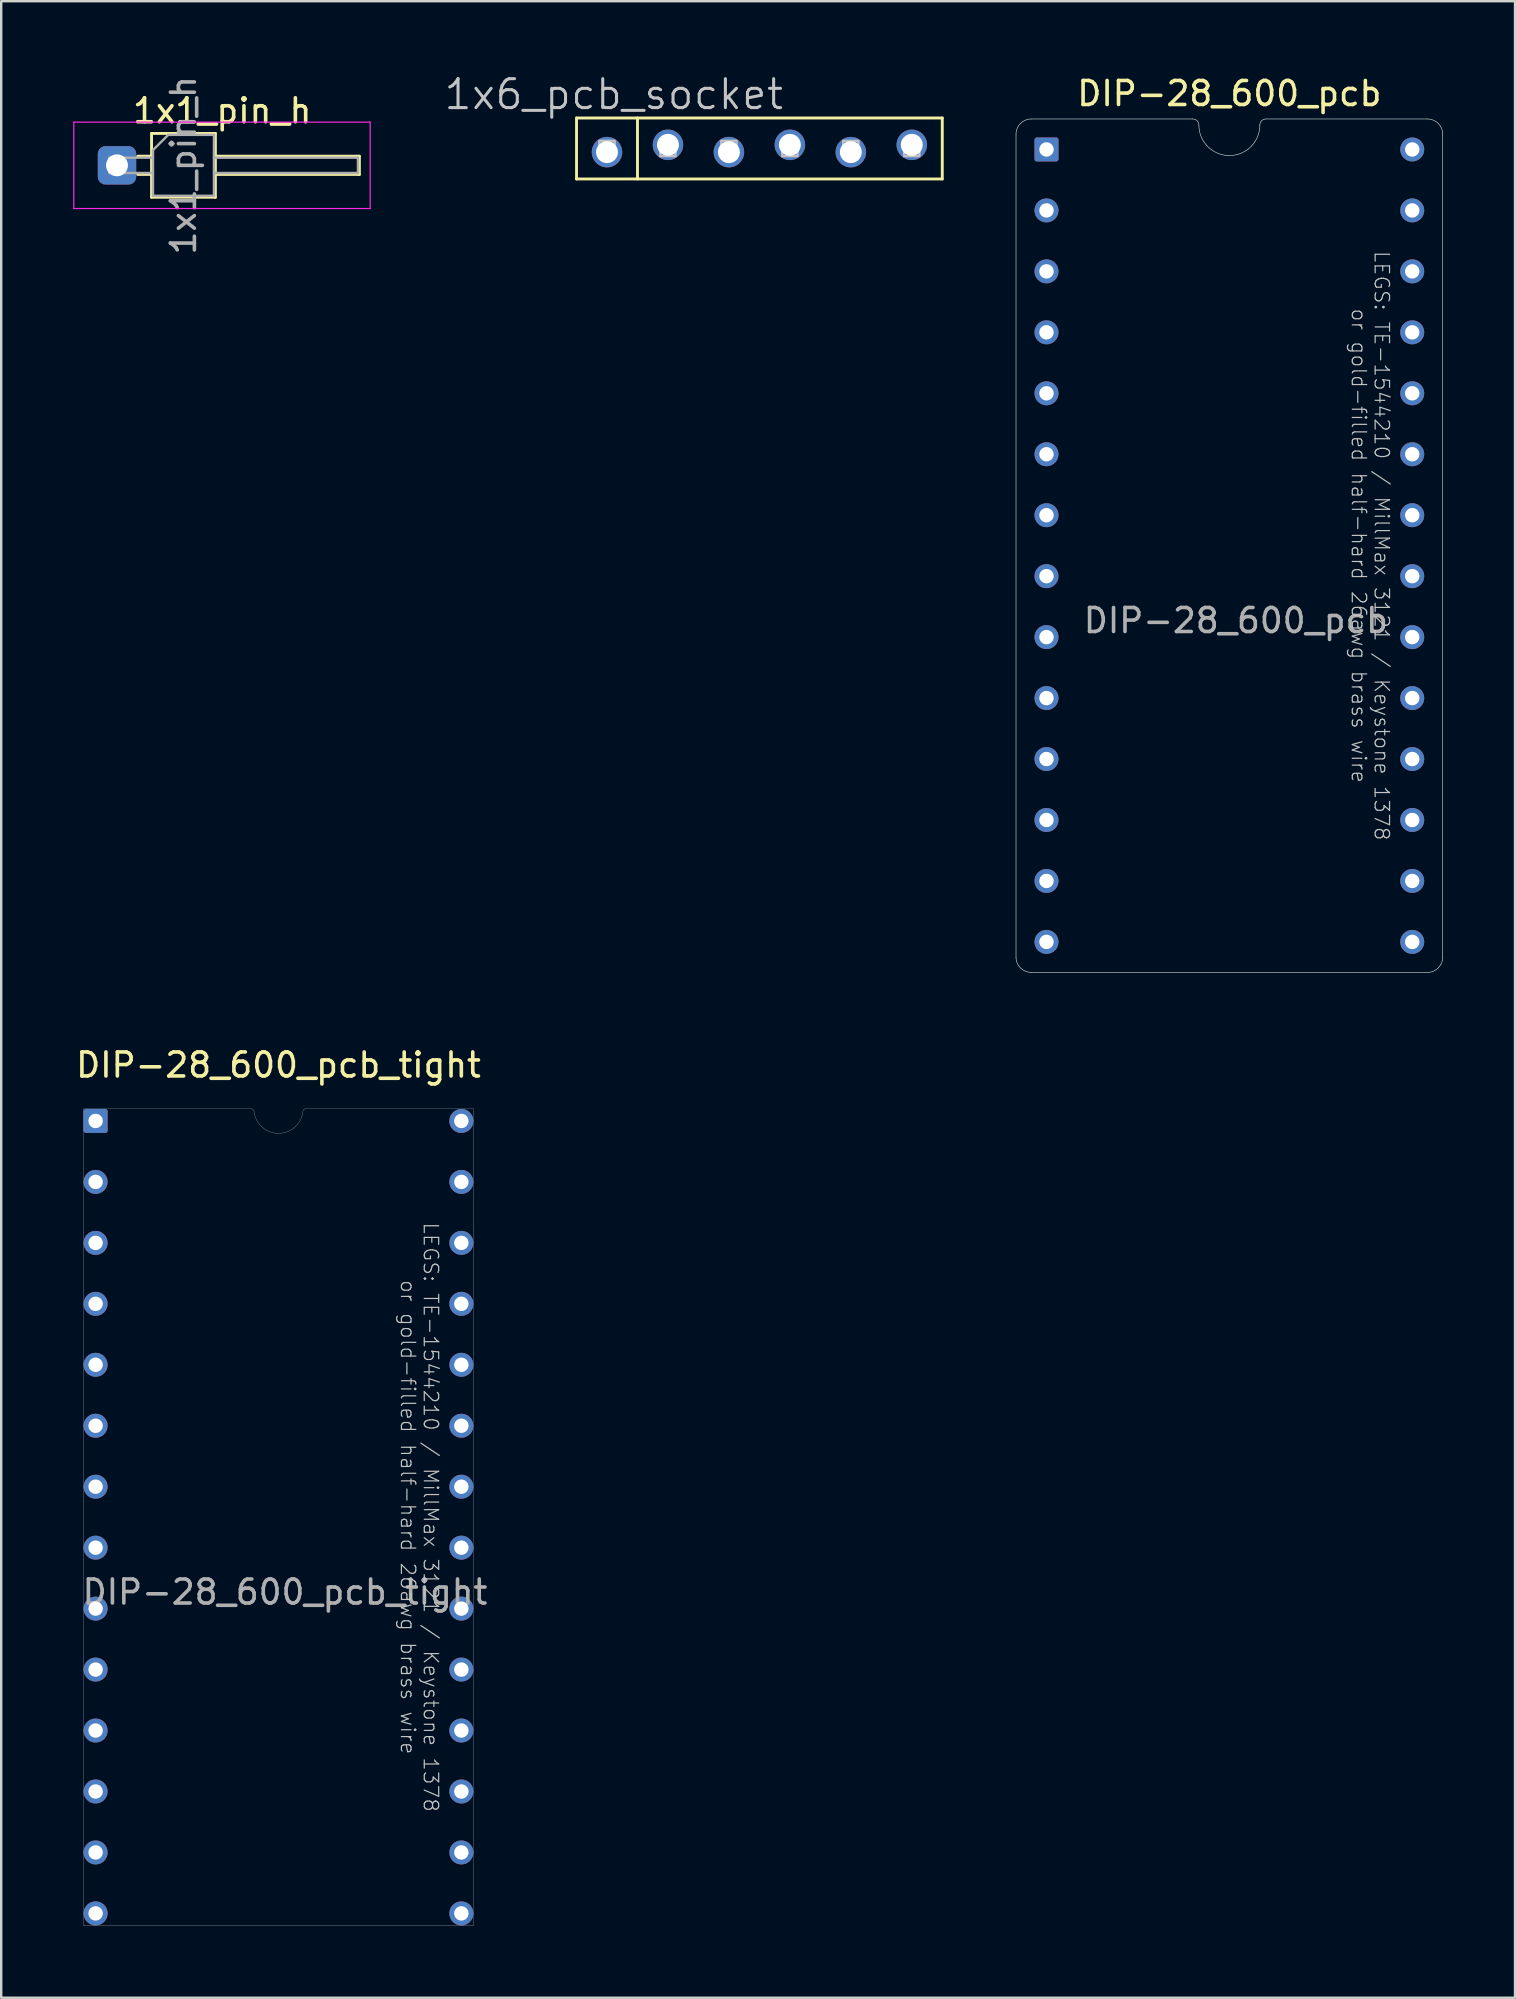
<source format=kicad_pcb>
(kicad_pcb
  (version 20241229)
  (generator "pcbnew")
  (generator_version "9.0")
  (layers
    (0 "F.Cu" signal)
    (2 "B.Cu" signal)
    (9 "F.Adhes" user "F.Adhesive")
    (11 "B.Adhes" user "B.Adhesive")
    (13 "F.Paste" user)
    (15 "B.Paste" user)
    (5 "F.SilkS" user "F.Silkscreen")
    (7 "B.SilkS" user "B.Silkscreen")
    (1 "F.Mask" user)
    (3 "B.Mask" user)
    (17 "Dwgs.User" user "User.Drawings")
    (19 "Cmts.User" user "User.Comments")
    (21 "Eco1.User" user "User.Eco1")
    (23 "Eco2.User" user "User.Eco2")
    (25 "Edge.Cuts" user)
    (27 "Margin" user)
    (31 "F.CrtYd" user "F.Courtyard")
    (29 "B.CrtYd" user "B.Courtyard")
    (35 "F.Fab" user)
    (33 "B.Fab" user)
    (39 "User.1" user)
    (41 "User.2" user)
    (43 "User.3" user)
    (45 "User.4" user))
  (footprint "1x6_pcb_socket"
    (layer "F.Cu")
    (at 28.593 3.137)
    (property "Reference" "1x6_pcb_socket" (at 1.079 -1.549 180) (layer "Dwgs.User") (effects (font (size 1.206 1.206) (thickness 0.127)) (justify right bottom)))
    (attr through_hole)
    (fp_line (start -7.62 -1.27) (end -7.62 1.27) (stroke (width 0.12) (type solid)) (layer "F.SilkS"))
    (fp_line (start -7.62 1.27) (end 7.62 1.27) (stroke (width 0.12) (type solid)) (layer "F.SilkS"))
    (fp_line (start -5.08 1.27) (end -5.08 -1.27) (stroke (width 0.12) (type solid)) (layer "F.SilkS"))
    (fp_line (start 7.62 -1.27) (end -7.62 -1.27) (stroke (width 0.12) (type solid)) (layer "F.SilkS"))
    (fp_line (start 7.62 1.27) (end 7.62 -1.27) (stroke (width 0.12) (type solid)) (layer "F.SilkS"))
    (fp_poly (pts (xy -6.668 -0.318) (xy -6.668 0.318) (xy -6.032 0.318) (xy -6.032 -0.318)) (stroke (width 0.1) (type solid)) (fill no) (layer "Dwgs.User"))
    (fp_poly (pts (xy -4.128 -0.318) (xy -4.128 0.318) (xy -3.493 0.318) (xy -3.493 -0.318)) (stroke (width 0.1) (type solid)) (fill no) (layer "Dwgs.User"))
    (fp_poly (pts (xy -1.587 -0.318) (xy -1.587 0.318) (xy -0.953 0.318) (xy -0.953 -0.318)) (stroke (width 0.1) (type solid)) (fill no) (layer "Dwgs.User"))
    (fp_poly (pts (xy 0.953 -0.318) (xy 0.953 0.318) (xy 1.587 0.318) (xy 1.587 -0.318)) (stroke (width 0.1) (type solid)) (fill no) (layer "Dwgs.User"))
    (fp_poly (pts (xy 3.493 -0.318) (xy 3.493 0.318) (xy 4.128 0.318) (xy 4.128 -0.318)) (stroke (width 0.1) (type solid)) (fill no) (layer "Dwgs.User"))
    (fp_poly (pts (xy 6.032 -0.318) (xy 6.032 0.318) (xy 6.668 0.318) (xy 6.668 -0.318)) (stroke (width 0.1) (type solid)) (fill no) (layer "Dwgs.User"))
    (pad "1" thru_hole circle (at -6.35 0.152) (size 1.27 1.27) (drill 0.914) (layers "*.Cu" "*.Mask"))
    (pad "2" thru_hole circle (at -3.81 -0.152) (size 1.27 1.27) (drill 0.914) (layers "*.Cu" "*.Mask"))
    (pad "3" thru_hole circle (at -1.27 0.152) (size 1.27 1.27) (drill 0.914) (layers "*.Cu" "*.Mask"))
    (pad "4" thru_hole circle (at 1.27 -0.152) (size 1.27 1.27) (drill 0.914) (layers "*.Cu" "*.Mask"))
    (pad "5" thru_hole circle (at 3.81 0.152) (size 1.27 1.27) (drill 0.914) (layers "*.Cu" "*.Mask"))
    (pad "6" thru_hole circle (at 6.35 -0.152) (size 1.27 1.27) (drill 0.914) (layers "*.Cu" "*.Mask")))
  (footprint "DIP-28_600_pcb_tight"
    (layer "F.Cu")
    (at 8.554 60.169)
    (property "Reference" "DIP-28_600_pcb_tight" (at 0 -18.84 0) (layer "F.SilkS") (effects (font (size 1 1) (thickness 0.15))))
    (attr through_hole)
    (fp_line (start -8.128 -17.018) (end -8.128 17.018) (stroke (width 0.01) (type solid)) (layer "Edge.Cuts"))
    (fp_line (start -8.128 17.018) (end 8.128 17.018) (stroke (width 0.01) (type solid)) (layer "Edge.Cuts"))
    (fp_line (start -1.143 -17.018) (end -8.128 -17.018) (stroke (width 0.01) (type solid)) (layer "Edge.Cuts"))
    (fp_line (start 1.143 -17.018) (end 8.128 -17.018) (stroke (width 0.01) (type solid)) (layer "Edge.Cuts"))
    (fp_line (start 8.128 17.018) (end 8.128 -17.018) (stroke (width 0.01) (type solid)) (layer "Edge.Cuts"))
    (fp_arc (start -1.143 -17.018) (mid -1.053197 -16.980803) (end -1.016 -16.891) (stroke (width 0.01) (type solid)) (layer "Edge.Cuts"))
    (fp_arc (start 1.016 -16.891) (mid 0 -15.994529) (end -1.016 -16.891) (stroke (width 0.01) (type solid)) (layer "Edge.Cuts"))
    (fp_arc (start 1.016 -16.891) (mid 1.053197 -16.980803) (end 1.143 -17.018) (stroke (width 0.01) (type solid)) (layer "Edge.Cuts"))
    (fp_text user "LEGS: TE-1544210 / MillMax 3121 / Keystone 1378" (at 6.35 0 270) (unlocked yes) (layer "Dwgs.User") (effects (font (size 0.6 0.6) (thickness 0.05))))
    (fp_text user "or gold-filled half-hard 26awg brass wire" (at 5.397 0 270) (unlocked yes) (layer "Dwgs.User") (effects (font (size 0.6 0.6) (thickness 0.05))))
    (fp_text user "${REFERENCE}" (at 0.27 3.12 0) (layer "F.Fab") (effects (font (size 1 1) (thickness 0.15))))
    (pad "1" thru_hole roundrect (at -7.62 -16.51) (size 1 1) (drill 0.6) (layers "*.Cu" "*.Mask") (roundrect_rratio 0.1))
    (pad "2" thru_hole circle (at -7.62 -13.97) (size 1 1) (drill 0.6) (layers "*.Cu" "*.Mask"))
    (pad "3" thru_hole circle (at -7.62 -11.43) (size 1 1) (drill 0.6) (layers "*.Cu" "*.Mask"))
    (pad "4" thru_hole circle (at -7.62 -8.89) (size 1 1) (drill 0.6) (layers "*.Cu" "*.Mask"))
    (pad "5" thru_hole circle (at -7.62 -6.35) (size 1 1) (drill 0.6) (layers "*.Cu" "*.Mask"))
    (pad "6" thru_hole circle (at -7.62 -3.81) (size 1 1) (drill 0.6) (layers "*.Cu" "*.Mask"))
    (pad "7" thru_hole circle (at -7.62 -1.27) (size 1 1) (drill 0.6) (layers "*.Cu" "*.Mask"))
    (pad "8" thru_hole circle (at -7.62 1.27) (size 1 1) (drill 0.6) (layers "*.Cu" "*.Mask"))
    (pad "9" thru_hole circle (at -7.62 3.81) (size 1 1) (drill 0.6) (layers "*.Cu" "*.Mask"))
    (pad "10" thru_hole circle (at -7.62 6.35) (size 1 1) (drill 0.6) (layers "*.Cu" "*.Mask"))
    (pad "11" thru_hole circle (at -7.62 8.89) (size 1 1) (drill 0.6) (layers "*.Cu" "*.Mask"))
    (pad "12" thru_hole circle (at -7.62 11.43) (size 1 1) (drill 0.6) (layers "*.Cu" "*.Mask"))
    (pad "13" thru_hole circle (at -7.62 13.97) (size 1 1) (drill 0.6) (layers "*.Cu" "*.Mask"))
    (pad "14" thru_hole circle (at -7.62 16.51) (size 1 1) (drill 0.6) (layers "*.Cu" "*.Mask"))
    (pad "15" thru_hole circle (at 7.62 16.51) (size 1 1) (drill 0.6) (layers "*.Cu" "*.Mask"))
    (pad "16" thru_hole circle (at 7.62 13.97) (size 1 1) (drill 0.6) (layers "*.Cu" "*.Mask"))
    (pad "17" thru_hole circle (at 7.62 11.43) (size 1 1) (drill 0.6) (layers "*.Cu" "*.Mask"))
    (pad "18" thru_hole circle (at 7.62 8.89) (size 1 1) (drill 0.6) (layers "*.Cu" "*.Mask"))
    (pad "19" thru_hole circle (at 7.62 6.35) (size 1 1) (drill 0.6) (layers "*.Cu" "*.Mask"))
    (pad "20" thru_hole circle (at 7.62 3.81) (size 1 1) (drill 0.6) (layers "*.Cu" "*.Mask"))
    (pad "21" thru_hole circle (at 7.62 1.27) (size 1 1) (drill 0.6) (layers "*.Cu" "*.Mask"))
    (pad "22" thru_hole circle (at 7.62 -1.27) (size 1 1) (drill 0.6) (layers "*.Cu" "*.Mask"))
    (pad "23" thru_hole circle (at 7.62 -3.81) (size 1 1) (drill 0.6) (layers "*.Cu" "*.Mask"))
    (pad "24" thru_hole circle (at 7.62 -6.35) (size 1 1) (drill 0.6) (layers "*.Cu" "*.Mask"))
    (pad "25" thru_hole circle (at 7.62 -8.89) (size 1 1) (drill 0.6) (layers "*.Cu" "*.Mask"))
    (pad "26" thru_hole circle (at 7.62 -11.43) (size 1 1) (drill 0.6) (layers "*.Cu" "*.Mask"))
    (pad "27" thru_hole circle (at 7.62 -13.97) (size 1 1) (drill 0.6) (layers "*.Cu" "*.Mask"))
    (pad "28" thru_hole circle (at 7.62 -16.51) (size 1 1) (drill 0.6) (layers "*.Cu" "*.Mask")))
  (footprint "1x1_pin_h"
    (layer "F.Cu")
    (at 1.825 3.839)
    (property "Reference" "1x1_pin_h" (at 4.385 -2.27 0) (unlocked yes) (layer "F.SilkS") (effects (font (size 1 1) (thickness 0.15))))
    (attr through_hole)
    (fp_line (start 0.864 -0.381) (end 1.44 -0.38) (stroke (width 0.12) (type solid)) (layer "F.SilkS"))
    (fp_line (start 0.864 0.38) (end 1.44 0.38) (stroke (width 0.12) (type solid)) (layer "F.SilkS"))
    (fp_line (start 1.44 -1.33) (end 1.44 1.33) (stroke (width 0.12) (type solid)) (layer "F.SilkS"))
    (fp_line (start 1.44 1.33) (end 4.1 1.33) (stroke (width 0.12) (type solid)) (layer "F.SilkS"))
    (fp_line (start 4.1 -1.33) (end 1.44 -1.33) (stroke (width 0.12) (type solid)) (layer "F.SilkS"))
    (fp_line (start 4.1 -0.38) (end 10.1 -0.38) (stroke (width 0.12) (type solid)) (layer "F.SilkS"))
    (fp_line (start 4.1 1.33) (end 4.1 -1.33) (stroke (width 0.12) (type solid)) (layer "F.SilkS"))
    (fp_line (start 10.1 -0.38) (end 10.1 0.38) (stroke (width 0.12) (type solid)) (layer "F.SilkS"))
    (fp_line (start 10.1 0.38) (end 4.1 0.38) (stroke (width 0.12) (type solid)) (layer "F.SilkS"))
    (fp_line (start -1.8 -1.8) (end -1.8 1.8) (stroke (width 0.05) (type solid)) (layer "F.CrtYd"))
    (fp_line (start -1.8 1.8) (end 10.55 1.8) (stroke (width 0.05) (type solid)) (layer "F.CrtYd"))
    (fp_line (start 10.55 -1.8) (end -1.8 -1.8) (stroke (width 0.05) (type solid)) (layer "F.CrtYd"))
    (fp_line (start 10.55 1.8) (end 10.55 -1.8) (stroke (width 0.05) (type solid)) (layer "F.CrtYd"))
    (fp_line (start -0.32 -0.32) (end -0.32 0.32) (stroke (width 0.1) (type solid)) (layer "F.Fab"))
    (fp_line (start -0.32 -0.32) (end 1.5 -0.32) (stroke (width 0.1) (type solid)) (layer "F.Fab"))
    (fp_line (start -0.32 0.32) (end 1.5 0.32) (stroke (width 0.1) (type solid)) (layer "F.Fab"))
    (fp_line (start 1.5 -0.635) (end 2.135 -1.27) (stroke (width 0.1) (type solid)) (layer "F.Fab"))
    (fp_line (start 1.5 1.27) (end 1.5 -0.635) (stroke (width 0.1) (type solid)) (layer "F.Fab"))
    (fp_line (start 2.135 -1.27) (end 4.04 -1.27) (stroke (width 0.1) (type solid)) (layer "F.Fab"))
    (fp_line (start 4.04 -1.27) (end 4.04 1.27) (stroke (width 0.1) (type solid)) (layer "F.Fab"))
    (fp_line (start 4.04 -0.32) (end 10.04 -0.32) (stroke (width 0.1) (type solid)) (layer "F.Fab"))
    (fp_line (start 4.04 0.32) (end 10.04 0.32) (stroke (width 0.1) (type solid)) (layer "F.Fab"))
    (fp_line (start 4.04 1.27) (end 1.5 1.27) (stroke (width 0.1) (type solid)) (layer "F.Fab"))
    (fp_line (start 10.04 -0.32) (end 10.04 0.32) (stroke (width 0.1) (type solid)) (layer "F.Fab"))
    (fp_text user "${REFERENCE}" (at 2.77 0 90) (layer "F.Fab") (effects (font (size 1 1) (thickness 0.15))))
    (pad "1" thru_hole roundrect (at 0 0) (size 1.6 1.6) (drill 0.914) (layers "*.Cu" "*.Mask") (roundrect_rratio 0.2)))
  (footprint "DIP-28_600_pcb"
    (layer "F.Cu")
    (at 48.176 19.688)
    (property "Reference" "DIP-28_600_pcb" (at 0 -18.84 0) (layer "F.SilkS") (effects (font (size 1 1) (thickness 0.15))))
    (attr through_hole)
    (fp_line (start -8.89 17.145) (end -8.89 -17.145) (stroke (width 0.025) (type solid)) (layer "Edge.Cuts"))
    (fp_line (start -8.255 -17.78) (end -1.524 -17.78) (stroke (width 0.025) (type solid)) (layer "Edge.Cuts"))
    (fp_line (start 1.524 -17.78) (end 8.255 -17.78) (stroke (width 0.025) (type solid)) (layer "Edge.Cuts"))
    (fp_line (start 8.255 17.78) (end -8.255 17.78) (stroke (width 0.025) (type solid)) (layer "Edge.Cuts"))
    (fp_line (start 8.89 -17.145) (end 8.89 17.145) (stroke (width 0.025) (type solid)) (layer "Edge.Cuts"))
    (fp_arc (start -8.89 -17.145) (mid -8.704013 -17.594013) (end -8.255 -17.78) (stroke (width 0.0254) (type solid)) (layer "Edge.Cuts"))
    (fp_arc (start -8.255 17.78) (mid -8.704013 17.594013) (end -8.89 17.145) (stroke (width 0.0254) (type solid)) (layer "Edge.Cuts"))
    (fp_arc (start -1.524 -17.78) (mid -1.344395 -17.705605) (end -1.27 -17.526) (stroke (width 0.0254) (type solid)) (layer "Edge.Cuts"))
    (fp_arc (start 1.27 -17.526) (mid 0 -16.256) (end -1.27 -17.526) (stroke (width 0.0254) (type solid)) (layer "Edge.Cuts"))
    (fp_arc (start 1.27 -17.526) (mid 1.344395 -17.705605) (end 1.524 -17.78) (stroke (width 0.0254) (type solid)) (layer "Edge.Cuts"))
    (fp_arc (start 8.255 -17.78) (mid 8.704013 -17.594013) (end 8.89 -17.145) (stroke (width 0.0254) (type solid)) (layer "Edge.Cuts"))
    (fp_arc (start 8.89 17.145) (mid 8.704013 17.594013) (end 8.255 17.78) (stroke (width 0.0254) (type solid)) (layer "Edge.Cuts"))
    (fp_text user "LEGS: TE-1544210 / MillMax 3121 / Keystone 1378" (at 6.35 0 270) (unlocked yes) (layer "Dwgs.User") (effects (font (size 0.6 0.6) (thickness 0.05))))
    (fp_text user "or gold-filled half-hard 26awg brass wire" (at 5.397 0 270) (unlocked yes) (layer "Dwgs.User") (effects (font (size 0.6 0.6) (thickness 0.05))))
    (fp_text user "${REFERENCE}" (at 0.27 3.12 0) (layer "F.Fab") (effects (font (size 1 1) (thickness 0.15))))
    (pad "1" thru_hole roundrect (at -7.62 -16.51) (size 1 1) (drill 0.6) (layers "*.Cu" "*.Mask") (roundrect_rratio 0.1))
    (pad "2" thru_hole circle (at -7.62 -13.97) (size 1 1) (drill 0.6) (layers "*.Cu" "*.Mask"))
    (pad "3" thru_hole circle (at -7.62 -11.43) (size 1 1) (drill 0.6) (layers "*.Cu" "*.Mask"))
    (pad "4" thru_hole circle (at -7.62 -8.89) (size 1 1) (drill 0.6) (layers "*.Cu" "*.Mask"))
    (pad "5" thru_hole circle (at -7.62 -6.35) (size 1 1) (drill 0.6) (layers "*.Cu" "*.Mask"))
    (pad "6" thru_hole circle (at -7.62 -3.81) (size 1 1) (drill 0.6) (layers "*.Cu" "*.Mask"))
    (pad "7" thru_hole circle (at -7.62 -1.27) (size 1 1) (drill 0.6) (layers "*.Cu" "*.Mask"))
    (pad "8" thru_hole circle (at -7.62 1.27) (size 1 1) (drill 0.6) (layers "*.Cu" "*.Mask"))
    (pad "9" thru_hole circle (at -7.62 3.81) (size 1 1) (drill 0.6) (layers "*.Cu" "*.Mask"))
    (pad "10" thru_hole circle (at -7.62 6.35) (size 1 1) (drill 0.6) (layers "*.Cu" "*.Mask"))
    (pad "11" thru_hole circle (at -7.62 8.89) (size 1 1) (drill 0.6) (layers "*.Cu" "*.Mask"))
    (pad "12" thru_hole circle (at -7.62 11.43) (size 1 1) (drill 0.6) (layers "*.Cu" "*.Mask"))
    (pad "13" thru_hole circle (at -7.62 13.97) (size 1 1) (drill 0.6) (layers "*.Cu" "*.Mask"))
    (pad "14" thru_hole circle (at -7.62 16.51) (size 1 1) (drill 0.6) (layers "*.Cu" "*.Mask"))
    (pad "15" thru_hole circle (at 7.62 16.51) (size 1 1) (drill 0.6) (layers "*.Cu" "*.Mask"))
    (pad "16" thru_hole circle (at 7.62 13.97) (size 1 1) (drill 0.6) (layers "*.Cu" "*.Mask"))
    (pad "17" thru_hole circle (at 7.62 11.43) (size 1 1) (drill 0.6) (layers "*.Cu" "*.Mask"))
    (pad "18" thru_hole circle (at 7.62 8.89) (size 1 1) (drill 0.6) (layers "*.Cu" "*.Mask"))
    (pad "19" thru_hole circle (at 7.62 6.35) (size 1 1) (drill 0.6) (layers "*.Cu" "*.Mask"))
    (pad "20" thru_hole circle (at 7.62 3.81) (size 1 1) (drill 0.6) (layers "*.Cu" "*.Mask"))
    (pad "21" thru_hole circle (at 7.62 1.27) (size 1 1) (drill 0.6) (layers "*.Cu" "*.Mask"))
    (pad "22" thru_hole circle (at 7.62 -1.27) (size 1 1) (drill 0.6) (layers "*.Cu" "*.Mask"))
    (pad "23" thru_hole circle (at 7.62 -3.81) (size 1 1) (drill 0.6) (layers "*.Cu" "*.Mask"))
    (pad "24" thru_hole circle (at 7.62 -6.35) (size 1 1) (drill 0.6) (layers "*.Cu" "*.Mask"))
    (pad "25" thru_hole circle (at 7.62 -8.89) (size 1 1) (drill 0.6) (layers "*.Cu" "*.Mask"))
    (pad "26" thru_hole circle (at 7.62 -11.43) (size 1 1) (drill 0.6) (layers "*.Cu" "*.Mask"))
    (pad "27" thru_hole circle (at 7.62 -13.97) (size 1 1) (drill 0.6) (layers "*.Cu" "*.Mask"))
    (pad "28" thru_hole circle (at 7.62 -16.51) (size 1 1) (drill 0.6) (layers "*.Cu" "*.Mask")))
  (gr_rect
    (start -3 -3)
    (end 60.079 80.192)
    (stroke (width 0.1) (type default))
    (fill no)
    (layer "Edge.Cuts")))
</source>
